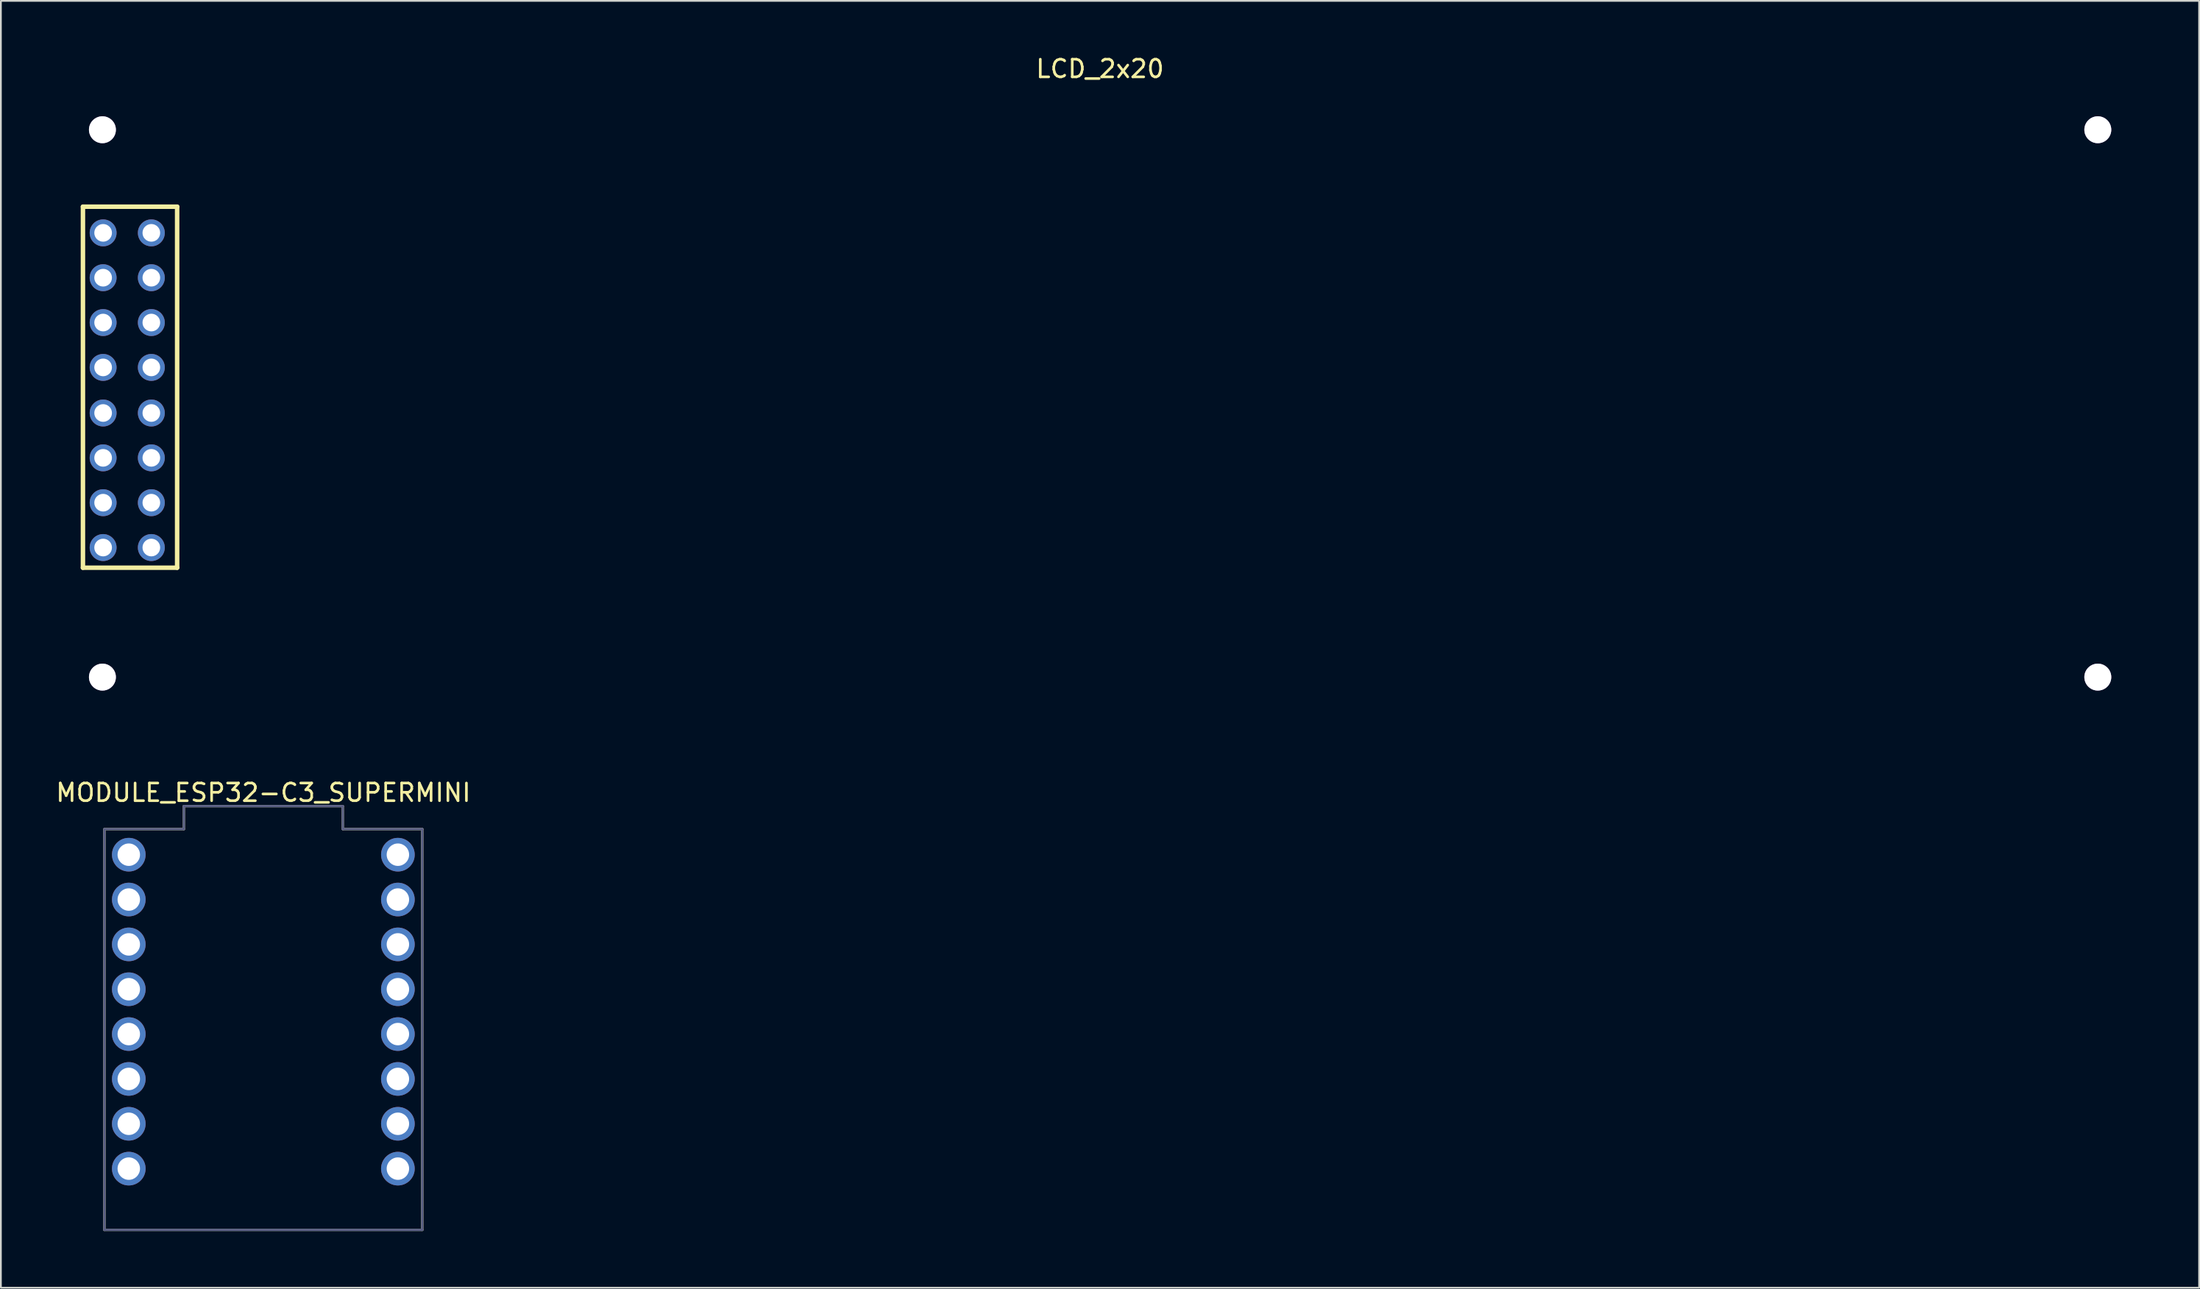
<source format=kicad_pcb>
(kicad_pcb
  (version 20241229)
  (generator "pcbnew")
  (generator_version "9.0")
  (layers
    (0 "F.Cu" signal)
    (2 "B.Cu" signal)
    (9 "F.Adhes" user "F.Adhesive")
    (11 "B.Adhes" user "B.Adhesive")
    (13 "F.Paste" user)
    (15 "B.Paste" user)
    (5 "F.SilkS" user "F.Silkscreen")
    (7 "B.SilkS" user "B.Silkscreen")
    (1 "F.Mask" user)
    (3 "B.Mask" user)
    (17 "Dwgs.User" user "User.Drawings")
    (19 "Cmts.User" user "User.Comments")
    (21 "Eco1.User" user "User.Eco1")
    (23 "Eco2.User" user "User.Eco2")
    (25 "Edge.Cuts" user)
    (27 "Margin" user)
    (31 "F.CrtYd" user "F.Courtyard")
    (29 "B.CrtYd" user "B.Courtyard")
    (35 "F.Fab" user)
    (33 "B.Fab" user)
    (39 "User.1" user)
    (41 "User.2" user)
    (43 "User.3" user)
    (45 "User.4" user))
  (footprint "LCD_2x20"
    (layer "F.Cu")
    (at 0.25 1.798)
    (property "Reference" "LCD_2x20" (at 58.993 -0.95 0) (layer "F.SilkS") (effects (font (size 1 1) (thickness 0.15))))
    (fp_line (start 1.397 6.858) (end 6.731 6.858) (stroke (width 0.254) (type solid)) (layer "F.SilkS"))
    (fp_line (start 1.397 27.305) (end 1.397 6.858) (stroke (width 0.254) (type solid)) (layer "F.SilkS"))
    (fp_line (start 1.397 27.305) (end 6.731 27.305) (stroke (width 0.254) (type solid)) (layer "F.SilkS"))
    (fp_line (start 6.731 27.305) (end 6.731 6.858) (stroke (width 0.254) (type solid)) (layer "F.SilkS"))
    (fp_line (start 0 0) (end 118.11 0) (stroke (width 0.254) (type solid)) (layer "User.1"))
    (fp_line (start 0 36.068) (end 0 0) (stroke (width 0.254) (type solid)) (layer "User.1"))
    (fp_line (start 0 36.068) (end 118.11 36.068) (stroke (width 0.254) (type solid)) (layer "User.1"))
    (fp_line (start 8.001 3.048) (end 109.982 3.048) (stroke (width 0.254) (type solid)) (layer "User.1"))
    (fp_line (start 8.001 34.036) (end 8.001 3.048) (stroke (width 0.254) (type solid)) (layer "User.1"))
    (fp_line (start 8.001 34.036) (end 109.982 34.036) (stroke (width 0.254) (type solid)) (layer "User.1"))
    (fp_line (start 109.982 34.036) (end 109.982 3.048) (stroke (width 0.254) (type solid)) (layer "User.1"))
    (fp_line (start 118.11 36.068) (end 118.11 0) (stroke (width 0.254) (type solid)) (layer "User.1"))
    (pad "1" thru_hole circle (at 5.27 26.162) (size 1.524 1.524) (drill 1) (layers "*.Cu" "*.Mask"))
    (pad "2" thru_hole circle (at 2.54 26.162) (size 1.524 1.524) (drill 1) (layers "*.Cu" "*.Mask"))
    (pad "3" thru_hole circle (at 5.27 23.622) (size 1.524 1.524) (drill 1) (layers "*.Cu" "*.Mask"))
    (pad "4" thru_hole circle (at 2.54 23.622) (size 1.524 1.524) (drill 1) (layers "*.Cu" "*.Mask"))
    (pad "5" thru_hole circle (at 5.27 21.082) (size 1.524 1.524) (drill 1) (layers "*.Cu" "*.Mask"))
    (pad "6" thru_hole circle (at 2.54 21.082) (size 1.524 1.524) (drill 1) (layers "*.Cu" "*.Mask"))
    (pad "7" thru_hole circle (at 5.27 18.542) (size 1.524 1.524) (drill 1) (layers "*.Cu" "*.Mask"))
    (pad "8" thru_hole circle (at 2.54 18.542) (size 1.524 1.524) (drill 1) (layers "*.Cu" "*.Mask"))
    (pad "9" thru_hole circle (at 5.27 15.96) (size 1.524 1.524) (drill 1) (layers "*.Cu" "*.Mask"))
    (pad "10" thru_hole circle (at 2.54 15.96) (size 1.524 1.524) (drill 1) (layers "*.Cu" "*.Mask"))
    (pad "11" thru_hole circle (at 5.27 13.42) (size 1.524 1.524) (drill 1) (layers "*.Cu" "*.Mask"))
    (pad "12" thru_hole circle (at 2.54 13.42) (size 1.524 1.524) (drill 1) (layers "*.Cu" "*.Mask"))
    (pad "13" thru_hole circle (at 5.27 10.88) (size 1.524 1.524) (drill 1) (layers "*.Cu" "*.Mask"))
    (pad "14" thru_hole circle (at 2.54 10.88) (size 1.524 1.524) (drill 1) (layers "*.Cu" "*.Mask"))
    (pad "15" thru_hole circle (at 5.27 8.34) (size 1.524 1.524) (drill 1) (layers "*.Cu" "*.Mask"))
    (pad "16" thru_hole circle (at 2.54 8.34) (size 1.524 1.524) (drill 1) (layers "*.Cu" "*.Mask"))
    (pad "20" thru_hole circle (at 2.5 2.5) (size 1.524 1.524) (drill 2.5) (layers "*.Cu" "*.Mask"))
    (pad "20" thru_hole circle (at 2.5 33.5) (size 1.524 1.524) (drill 2.5) (layers "*.Cu" "*.Mask"))
    (pad "20" thru_hole circle (at 115.5 2.5) (size 1.524 1.524) (drill 2.5) (layers "*.Cu" "*.Mask"))
    (pad "20" thru_hole circle (at 115.5 33.5) (size 1.524 1.524) (drill 2.5) (layers "*.Cu" "*.Mask")))
  (footprint "MODULE_ESP32-C3_SUPERMINI"
    (layer "F.Cu")
    (at 11.863 55.255)
    (property "Reference" "MODULE_ESP32-C3_SUPERMINI" (at 0 -13.414 0) (layer "F.SilkS") (effects (font (size 1 1) (thickness 0.15))))
    (fp_line (start -9 -11.35) (end -4.5 -11.35) (stroke (width 0.127) (type solid)) (layer "F.SilkS"))
    (fp_line (start -9 11.35) (end -9 -11.35) (stroke (width 0.127) (type solid)) (layer "F.SilkS"))
    (fp_line (start -9 11.35) (end 9 11.35) (stroke (width 0.127) (type solid)) (layer "F.SilkS"))
    (fp_line (start -4.5 -12.65) (end 4.5 -12.65) (stroke (width 0.127) (type solid)) (layer "F.SilkS"))
    (fp_line (start -4.5 -11.35) (end -4.5 -12.65) (stroke (width 0.127) (type solid)) (layer "F.SilkS"))
    (fp_line (start 4.5 -11.35) (end 4.5 -12.65) (stroke (width 0.127) (type solid)) (layer "F.SilkS"))
    (fp_line (start 4.5 -11.35) (end 9 -11.35) (stroke (width 0.127) (type solid)) (layer "F.SilkS"))
    (fp_line (start 9 11.35) (end 9 -11.35) (stroke (width 0.127) (type solid)) (layer "F.SilkS"))
    (fp_line (start -9.25 -12.9) (end 9.25 -12.9) (stroke (width 0.05) (type solid)) (layer "Eco2.User"))
    (fp_line (start -9.25 11.6) (end -9.25 -12.9) (stroke (width 0.05) (type solid)) (layer "Eco2.User"))
    (fp_line (start -9.25 11.6) (end 9.25 11.6) (stroke (width 0.05) (type solid)) (layer "Eco2.User"))
    (fp_line (start 9.25 11.6) (end 9.25 -12.9) (stroke (width 0.05) (type solid)) (layer "Eco2.User"))
    (fp_line (start -9 -11.35) (end -4.5 -11.35) (stroke (width 0.127) (type solid)) (layer "B.Fab"))
    (fp_line (start -9 11.35) (end -9 -11.35) (stroke (width 0.127) (type solid)) (layer "B.Fab"))
    (fp_line (start -9 11.35) (end 9 11.35) (stroke (width 0.127) (type solid)) (layer "B.Fab"))
    (fp_line (start -4.5 -12.65) (end 4.5 -12.65) (stroke (width 0.127) (type solid)) (layer "B.Fab"))
    (fp_line (start -4.5 -11.35) (end -4.5 -12.65) (stroke (width 0.127) (type solid)) (layer "B.Fab"))
    (fp_line (start 4.5 -11.35) (end 4.5 -12.65) (stroke (width 0.127) (type solid)) (layer "B.Fab"))
    (fp_line (start 4.5 -11.35) (end 9 -11.35) (stroke (width 0.127) (type solid)) (layer "B.Fab"))
    (fp_line (start 9 11.35) (end 9 -11.35) (stroke (width 0.127) (type solid)) (layer "B.Fab"))
    (pad "0" thru_hole circle (at 7.62 7.88) (size 1.905 1.905) (drill 1.27) (layers "*.Cu" "*.Mask"))
    (pad "1" thru_hole circle (at 7.62 5.34) (size 1.905 1.905) (drill 1.27) (layers "*.Cu" "*.Mask"))
    (pad "2" thru_hole circle (at 7.62 2.8) (size 1.905 1.905) (drill 1.27) (layers "*.Cu" "*.Mask"))
    (pad "3" thru_hole circle (at 7.62 0.26) (size 1.905 1.905) (drill 1.27) (layers "*.Cu" "*.Mask"))
    (pad "3.3" thru_hole circle (at 7.62 -4.82) (size 1.905 1.905) (drill 1.27) (layers "*.Cu" "*.Mask"))
    (pad "4" thru_hole circle (at 7.62 -2.28) (size 1.905 1.905) (drill 1.27) (layers "*.Cu" "*.Mask"))
    (pad "5" thru_hole circle (at -7.62 -9.9) (size 1.905 1.905) (drill 1.27) (layers "*.Cu" "*.Mask"))
    (pad "5V" thru_hole circle (at 7.62 -9.9) (size 1.905 1.905) (drill 1.27) (layers "*.Cu" "*.Mask"))
    (pad "6" thru_hole circle (at -7.62 -7.36) (size 1.905 1.905) (drill 1.27) (layers "*.Cu" "*.Mask"))
    (pad "7" thru_hole circle (at -7.62 -4.82) (size 1.905 1.905) (drill 1.27) (layers "*.Cu" "*.Mask"))
    (pad "8" thru_hole circle (at -7.62 -2.28) (size 1.905 1.905) (drill 1.27) (layers "*.Cu" "*.Mask"))
    (pad "9" thru_hole circle (at -7.62 0.26) (size 1.905 1.905) (drill 1.27) (layers "*.Cu" "*.Mask"))
    (pad "10" thru_hole circle (at -7.62 2.8) (size 1.905 1.905) (drill 1.27) (layers "*.Cu" "*.Mask"))
    (pad "20" thru_hole circle (at -7.62 5.34) (size 1.905 1.905) (drill 1.27) (layers "*.Cu" "*.Mask"))
    (pad "21" thru_hole circle (at -7.62 7.88) (size 1.905 1.905) (drill 1.27) (layers "*.Cu" "*.Mask"))
    (pad "G" thru_hole circle (at 7.62 -7.36) (size 1.905 1.905) (drill 1.27) (layers "*.Cu" "*.Mask")))
  (gr_rect
    (start -3 -3)
    (end 121.487 69.88)
    (stroke (width 0.1) (type default))
    (fill no)
    (layer "Edge.Cuts")))
</source>
